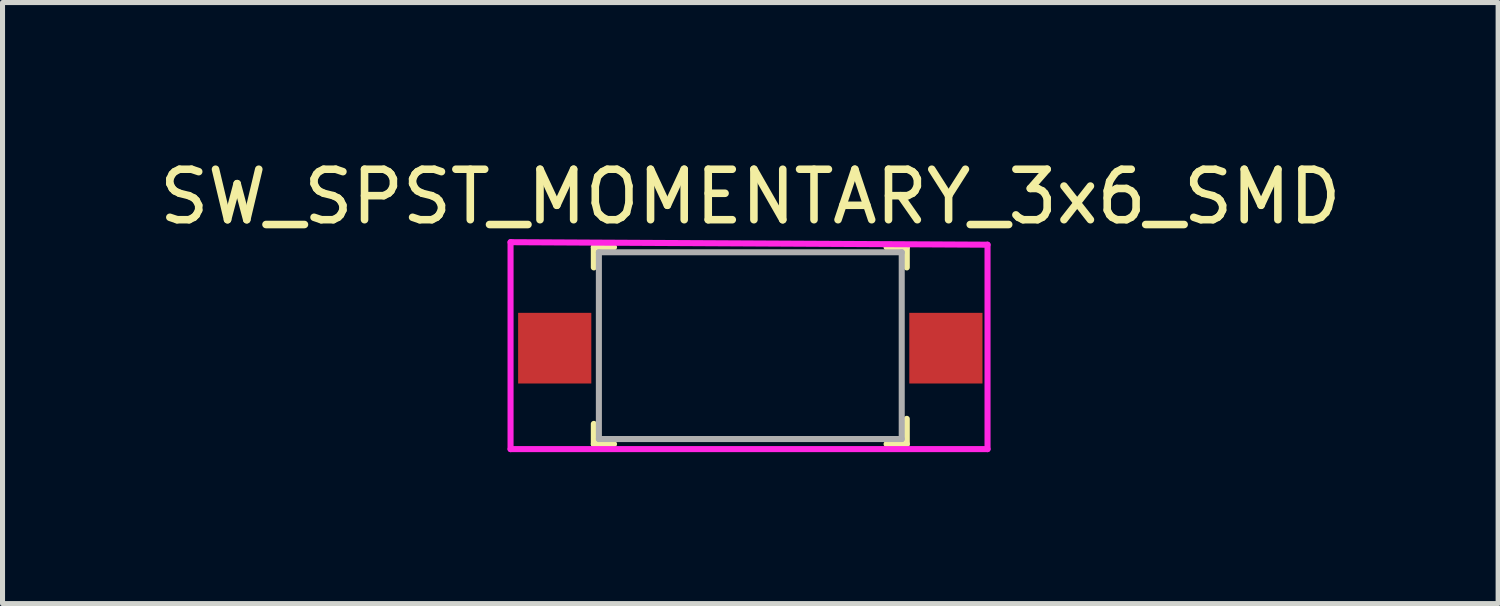
<source format=kicad_pcb>
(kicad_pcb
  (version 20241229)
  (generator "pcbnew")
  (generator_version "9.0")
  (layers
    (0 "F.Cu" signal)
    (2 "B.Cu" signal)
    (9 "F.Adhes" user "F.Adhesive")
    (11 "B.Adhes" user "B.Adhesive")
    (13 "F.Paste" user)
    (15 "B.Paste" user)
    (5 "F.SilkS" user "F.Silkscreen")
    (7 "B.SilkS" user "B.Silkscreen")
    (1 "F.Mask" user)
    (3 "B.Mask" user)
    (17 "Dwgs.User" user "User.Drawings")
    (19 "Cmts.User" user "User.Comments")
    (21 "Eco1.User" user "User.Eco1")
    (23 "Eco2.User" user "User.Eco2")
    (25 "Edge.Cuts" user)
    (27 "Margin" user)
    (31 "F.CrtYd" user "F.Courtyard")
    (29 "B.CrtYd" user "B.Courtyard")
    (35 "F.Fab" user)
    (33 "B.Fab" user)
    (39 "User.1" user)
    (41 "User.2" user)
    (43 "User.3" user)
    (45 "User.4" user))
  (footprint "SW_SPST_MOMENTARY_3x6_SMD"
    (layer "F.Cu")
    (at 11.815 3.848)
    (property "Reference" "SW_SPST_MOMENTARY_3x6_SMD" (at 0 -3 0) (layer "F.SilkS") (effects (font (size 1 1) (thickness 0.15))))
    (attr through_hole)
    (fp_line (start -3.1 -2) (end -2.7 -2) (stroke (width 0.12) (type solid)) (layer "F.SilkS"))
    (fp_line (start -3.1 -1.6) (end -3.1 -2) (stroke (width 0.12) (type solid)) (layer "F.SilkS"))
    (fp_line (start -3.1 1.9) (end -3.1 1.5) (stroke (width 0.12) (type solid)) (layer "F.SilkS"))
    (fp_line (start -2.7 1.9) (end -3.1 1.9) (stroke (width 0.12) (type solid)) (layer "F.SilkS"))
    (fp_line (start 2.7 -2) (end 3.1 -2) (stroke (width 0.12) (type solid)) (layer "F.SilkS"))
    (fp_line (start 3.1 -2) (end 3.1 -1.6) (stroke (width 0.12) (type solid)) (layer "F.SilkS"))
    (fp_line (start 3.1 1.4) (end 3.1 1.9) (stroke (width 0.12) (type solid)) (layer "F.SilkS"))
    (fp_line (start 3.1 1.9) (end 2.7 1.9) (stroke (width 0.12) (type solid)) (layer "F.SilkS"))
    (fp_line (start -4.75 -2.1) (end 4.7 -2.05) (stroke (width 0.12) (type solid)) (layer "F.CrtYd"))
    (fp_line (start -4.75 2) (end -4.75 -2.1) (stroke (width 0.12) (type solid)) (layer "F.CrtYd"))
    (fp_line (start 4.7 -2.05) (end 4.7 2) (stroke (width 0.12) (type solid)) (layer "F.CrtYd"))
    (fp_line (start 4.7 2) (end -4.75 2) (stroke (width 0.12) (type solid)) (layer "F.CrtYd"))
    (fp_line (start -3 -1.9) (end 3 -1.9) (stroke (width 0.12) (type solid)) (layer "F.Fab"))
    (fp_line (start -3 1.8) (end -3 -1.9) (stroke (width 0.12) (type solid)) (layer "F.Fab"))
    (fp_line (start 3 -1.9) (end 3 1.8) (stroke (width 0.12) (type solid)) (layer "F.Fab"))
    (fp_line (start 3 1.8) (end -3 1.8) (stroke (width 0.12) (type solid)) (layer "F.Fab"))
    (pad "1" smd rect (at -3.875 0) (size 1.45 1.4) (layers "F.Cu" "F.Mask" "F.Paste"))
    (pad "2" smd rect (at 3.875 0) (size 1.45 1.4) (layers "F.Cu" "F.Mask" "F.Paste")))
  (gr_rect
    (start -3 -3)
    (end 26.631 8.908)
    (stroke (width 0.1) (type default))
    (fill no)
    (layer "Edge.Cuts")))
</source>
